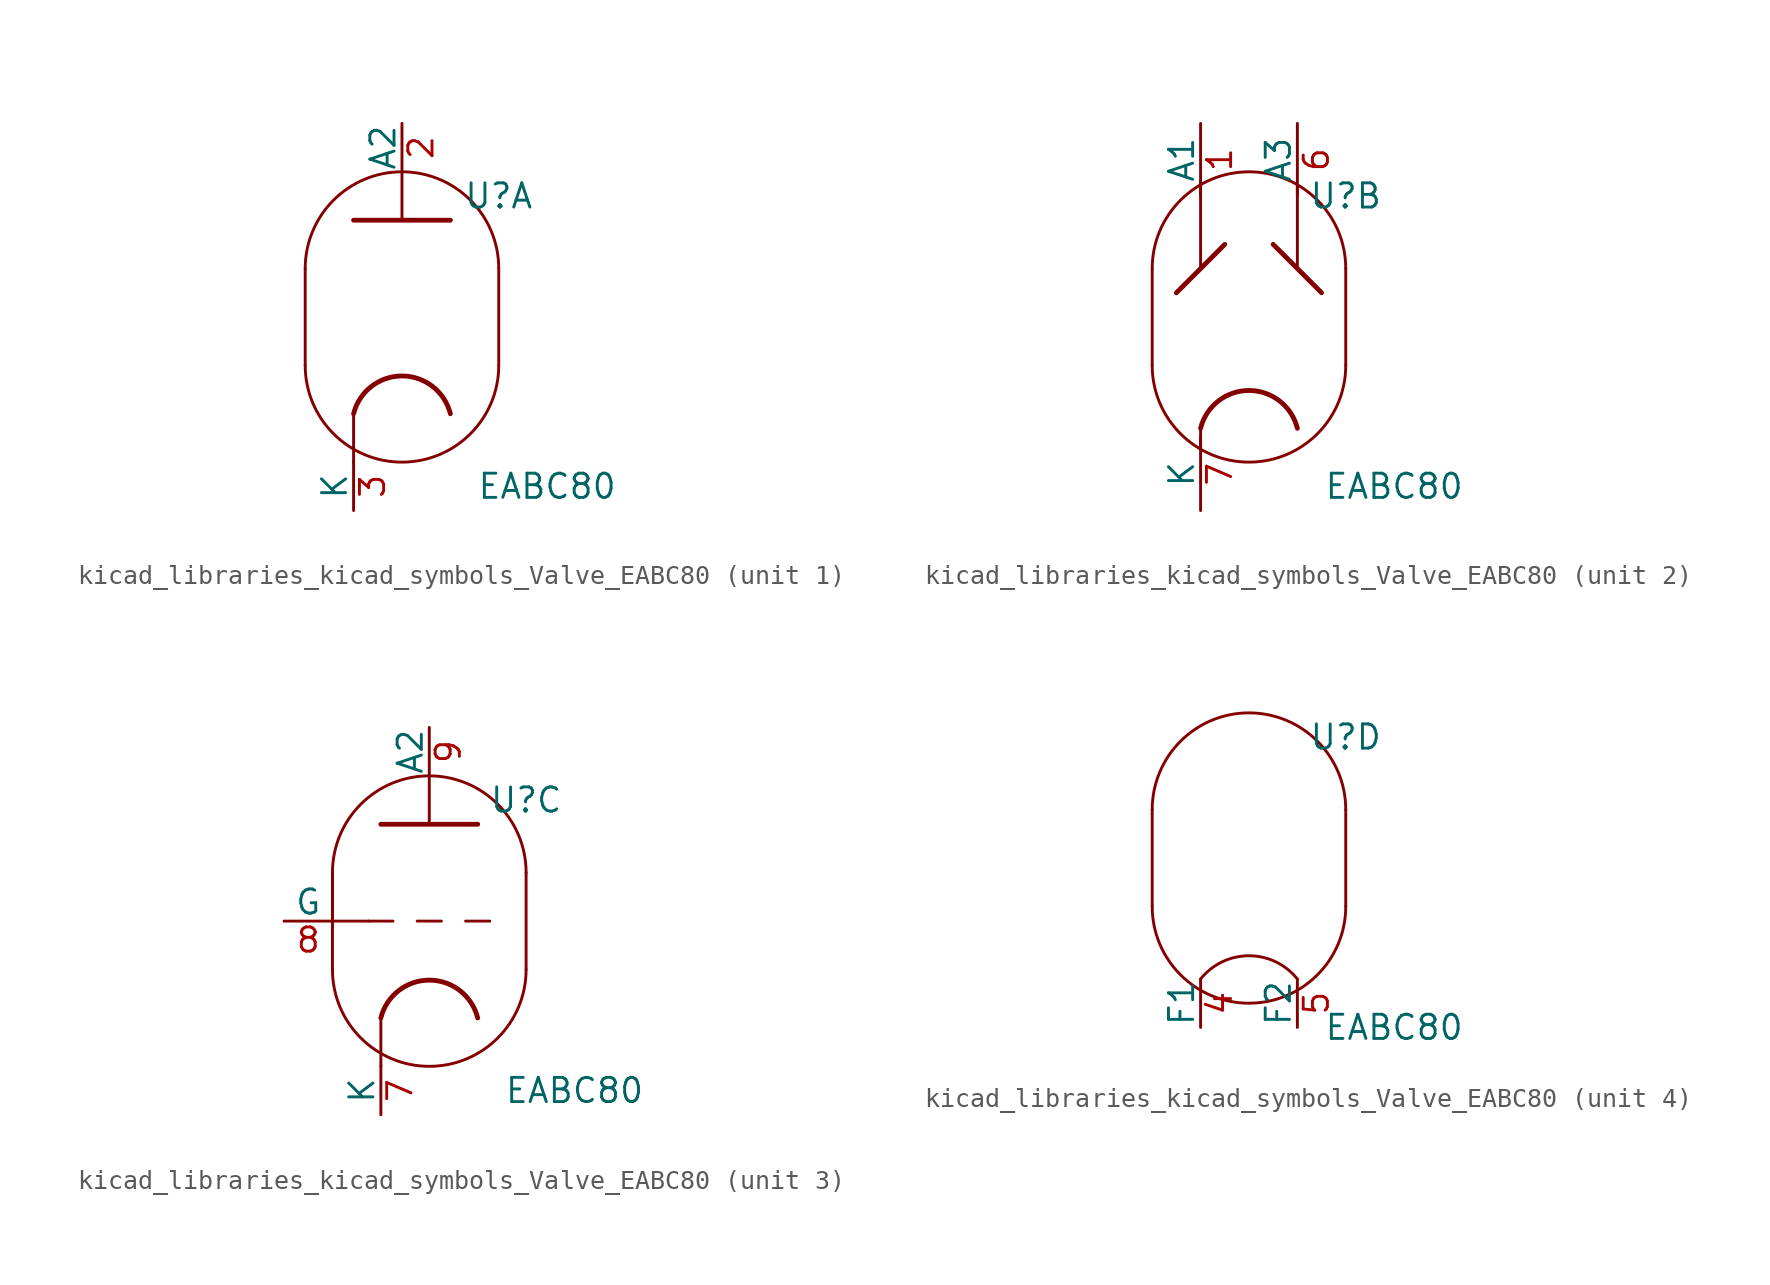
<source format=kicad_sym>
(kicad_symbol_lib
  (version 20220914)
  (generator kicad_symbol_editor)
  (symbol "kicad_libraries_kicad_symbols_Valve_EABC80"
    (pin_names
      (offset 0))
    (property "Reference" "U"
      (at 5.08 6.35 0)
      (effects (font (size 1.27 1.27))))
    (property "Value" "EABC80"
      (at 7.62 -8.89 0)
      (effects (font (size 1.27 1.27))))
    (property "ki_locked" ""
      (at 0 0 0)
      (effects (font (size 1.27 1.27))))
    (symbol "kicad_libraries_kicad_symbols_Valve_EABC80_0_1"
      (arc (start -5.08 -2.54) (mid 0 -7.5979) (end 5.08 -2.54) (stroke (width 0) (type default)) (fill (type none)))
      (polyline (pts (xy 5.08 2.54) (xy 5.08 -2.54)) (stroke (width 0) (type default)) (fill (type none)))
      (polyline (pts (xy -5.08 2.54) (xy -5.08 -2.54) (xy -5.08 -2.54)) (stroke (width 0) (type default)) (fill (type none)))
      (arc (start 5.08 2.54) (mid 0 7.5979) (end -5.08 2.54) (stroke (width 0) (type default)) (fill (type none))))
    (symbol "kicad_libraries_kicad_symbols_Valve_EABC80_1_0"
      (polyline (pts (xy -2.54 -5.08) (xy -2.54 -7.62)) (stroke (width 0) (type default)) (fill (type none)))
      (polyline (pts (xy 0 5.08) (xy 0 7.62)) (stroke (width 0) (type default)) (fill (type none))))
    (symbol "kicad_libraries_kicad_symbols_Valve_EABC80_1_1"
      (polyline (pts (xy -2.54 5.08) (xy 2.54 5.08) (xy 2.54 5.08) (xy 2.54 5.08)) (stroke (width 0.254) (type default)) (fill (type none)))
      (arc (start 2.54 -5.08) (mid 0 -3.0968) (end -2.54 -5.08) (stroke (width 0.254) (type default)) (fill (type none)))
      (pin output line (at 0 10.16 270) (length 2.54) (name "A2" (effects (font (size 1.27 1.27)))) (number "2" (effects (font (size 1.27 1.27)))))
      (pin input line (at -2.54 -10.16 90) (length 2.54) (name "K" (effects (font (size 1.27 1.27)))) (number "3" (effects (font (size 1.27 1.27))))))
    (symbol "kicad_libraries_kicad_symbols_Valve_EABC80_2_1"
      (polyline (pts (xy -2.54 -6.858) (xy -2.54 -5.842) (xy -2.54 -5.842)) (stroke (width 0) (type default)) (fill (type none)))
      (polyline (pts (xy -2.54 7.112) (xy -2.54 2.54) (xy -2.54 2.54)) (stroke (width 0) (type default)) (fill (type none)))
      (polyline (pts (xy 1.27 3.81) (xy 3.81 1.27) (xy 3.81 1.27)) (stroke (width 0.254) (type default)) (fill (type none)))
      (polyline (pts (xy 2.54 6.858) (xy 2.54 2.54) (xy 2.54 2.54)) (stroke (width 0) (type default)) (fill (type none)))
      (polyline (pts (xy -3.81 1.27) (xy -1.27 3.81) (xy -1.27 3.81) (xy -1.27 3.81)) (stroke (width 0.254) (type default)) (fill (type none)))
      (arc (start 2.54 -5.842) (mid 0 -3.8588) (end -2.54 -5.842) (stroke (width 0.254) (type default)) (fill (type none)))
      (pin input line (at -2.54 10.16 270) (length 3.81) (name "A1" (effects (font (size 1.27 1.27)))) (number "1" (effects (font (size 1.27 1.27)))))
      (pin output line (at 2.54 10.16 270) (length 3.81) (name "A3" (effects (font (size 1.27 1.27)))) (number "6" (effects (font (size 1.27 1.27)))))
      (pin input line (at -2.54 -10.16 90) (length 3.81) (name "K" (effects (font (size 1.27 1.27)))) (number "7" (effects (font (size 1.27 1.27))))))
    (symbol "kicad_libraries_kicad_symbols_Valve_EABC80_3_0"
      (polyline (pts (xy -5.08 0) (xy -3.175 0)) (stroke (width 0) (type default)) (fill (type none)))
      (polyline (pts (xy -5.08 2.54) (xy -5.08 0)) (stroke (width 0) (type default)) (fill (type none)))
      (polyline (pts (xy -2.54 -5.08) (xy -2.54 -7.62)) (stroke (width 0) (type default)) (fill (type none)))
      (polyline (pts (xy 0 5.08) (xy 0 7.62)) (stroke (width 0) (type default)) (fill (type none))))
    (symbol "kicad_libraries_kicad_symbols_Valve_EABC80_3_1"
      (polyline (pts (xy -1.905 0) (xy -3.175 0)) (stroke (width 0.152) (type default)) (fill (type none)))
      (polyline (pts (xy -0.635 0) (xy 0.635 0)) (stroke (width 0.152) (type default)) (fill (type none)))
      (polyline (pts (xy 1.905 0) (xy 3.175 0)) (stroke (width 0.152) (type default)) (fill (type none)))
      (polyline (pts (xy -2.54 5.08) (xy 2.54 5.08) (xy 2.54 5.08)) (stroke (width 0.254) (type default)) (fill (type none)))
      (arc (start 2.54 -5.08) (mid 0 -3.0968) (end -2.54 -5.08) (stroke (width 0.254) (type default)) (fill (type none)))
      (pin input line (at -2.54 -10.16 90) (length 2.54) (name "K" (effects (font (size 1.27 1.27)))) (number "7" (effects (font (size 1.27 1.27)))))
      (pin input line (at -7.62 0 0) (length 2.54) (name "G" (effects (font (size 1.27 1.27)))) (number "8" (effects (font (size 1.27 1.27)))))
      (pin output line (at 0 10.16 270) (length 2.54) (name "A2" (effects (font (size 1.27 1.27)))) (number "9" (effects (font (size 1.27 1.27))))))
    (symbol "kicad_libraries_kicad_symbols_Valve_EABC80_4_1"
      (arc (start 2.54 -6.35) (mid 0 -5.1292) (end -2.54 -6.35) (stroke (width 0) (type default)) (fill (type none)))
      (pin input line (at -2.54 -8.89 90) (length 2.54) (name "F1" (effects (font (size 1.27 1.27)))) (number "4" (effects (font (size 1.27 1.27)))))
      (pin input line (at 2.54 -8.89 90) (length 2.54) (name "F2" (effects (font (size 1.27 1.27)))) (number "5" (effects (font (size 1.27 1.27))))))))
</source>
